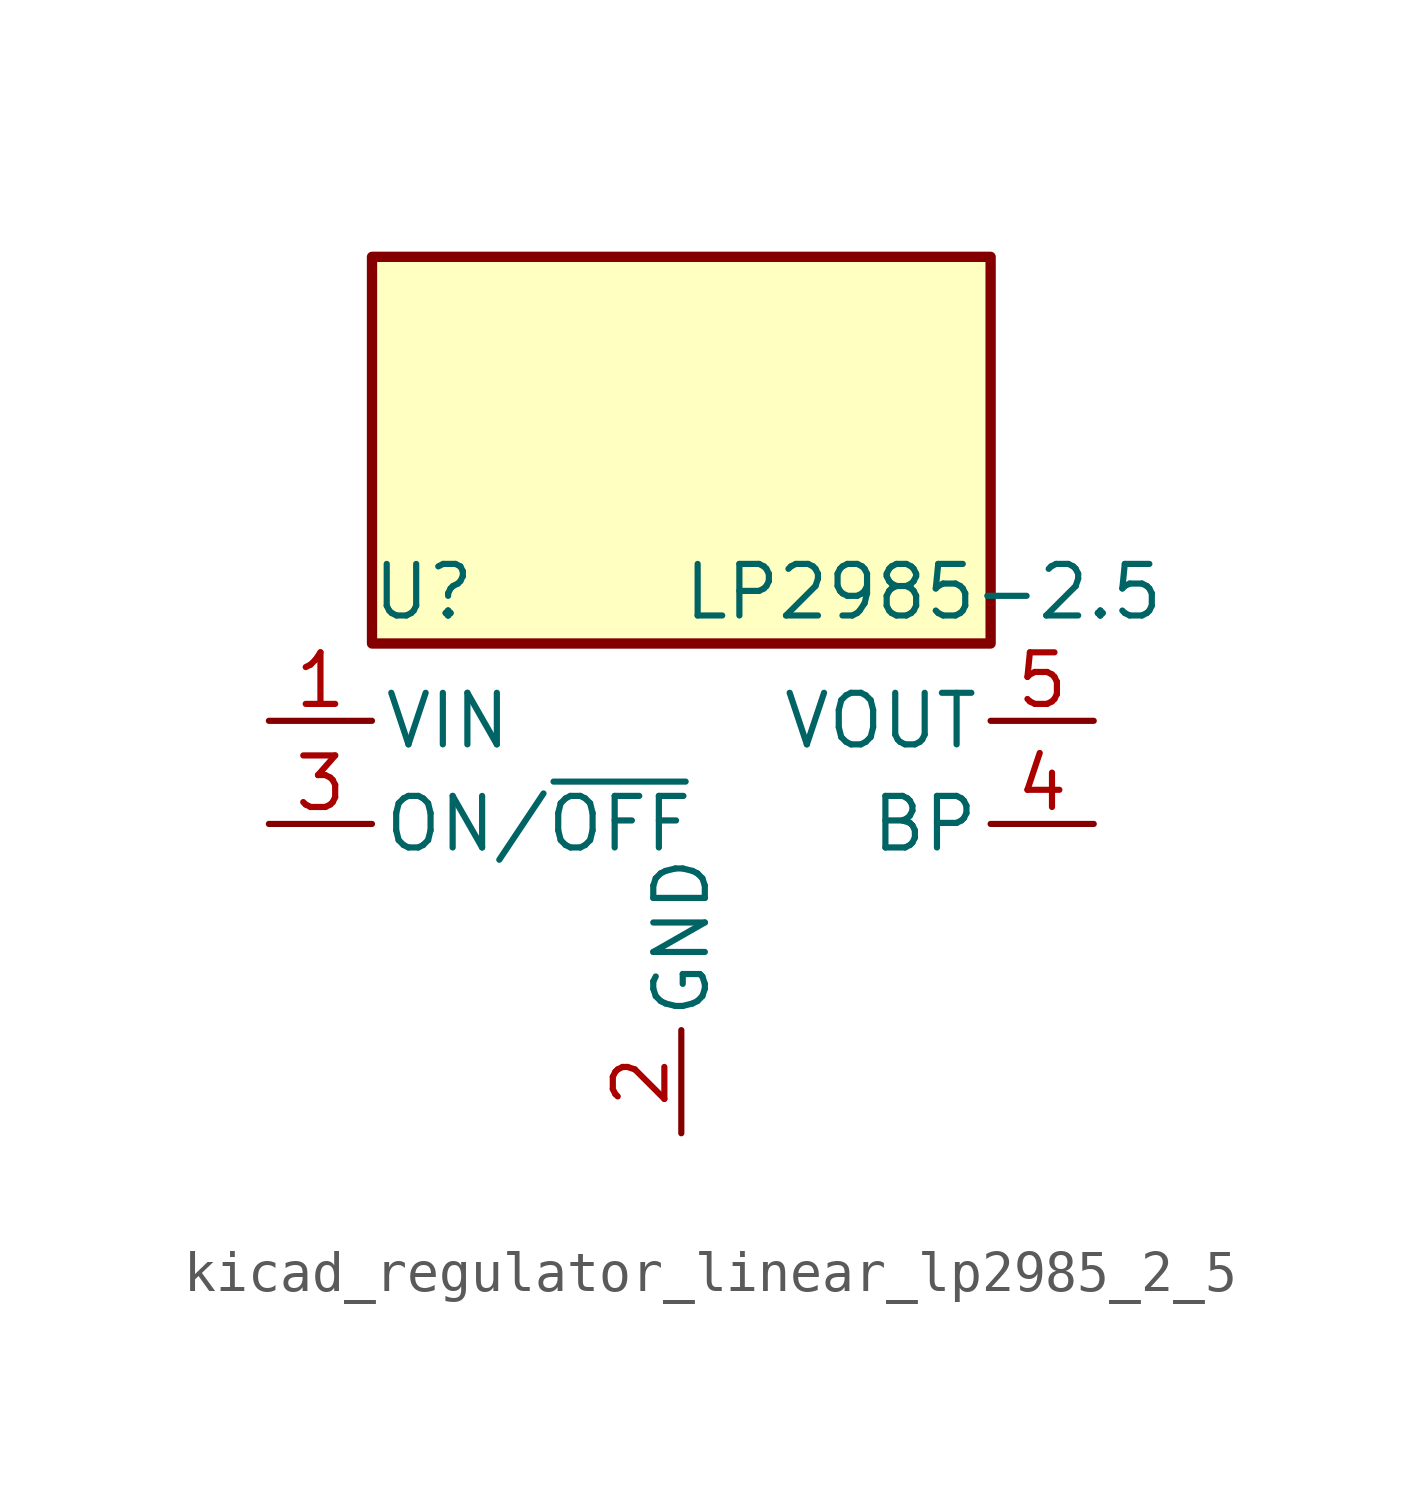
<source format=kicad_sym>
(kicad_symbol_lib
  (version 20220914)
  (generator kicad_symbol_editor)
  (symbol "kicad_regulator_linear_lp2985_2_5"
    (pin_names
      (offset 0.254))
    (property "Reference" "U"
      (at -6.35 5.715 0)
      (effects (font (size 1.27 1.27))))
    (property "Value" "LP2985-2.5"
      (at 0 5.715 0)
      (effects (font (size 1.27 1.27)) (justify left)))
    (symbol "kicad_regulator_linear_lp2985_2_5_0_1"
      (rectangle (start 7.62 13.97) (end -7.62 4.445) (stroke (width 0.254) (type default)) (fill (type background))))
    (symbol "kicad_regulator_linear_lp2985_2_5_1_1"
      (pin power_in line (at -10.16 2.54 0) (length 2.54) (name "VIN" (effects (font (size 1.27 1.27)))) (number "1" (effects (font (size 1.27 1.27)))))
      (pin power_in line (at 0 -7.62 90) (length 2.54) (name "GND" (effects (font (size 1.27 1.27)))) (number "2" (effects (font (size 1.27 1.27)))))
      (pin input line (at -10.16 0 0) (length 2.54) (name "ON/~{OFF}" (effects (font (size 1.27 1.27)))) (number "3" (effects (font (size 1.27 1.27)))))
      (pin input line (at 10.16 0 180) (length 2.54) (name "BP" (effects (font (size 1.27 1.27)))) (number "4" (effects (font (size 1.27 1.27)))))
      (pin power_out line (at 10.16 2.54 180) (length 2.54) (name "VOUT" (effects (font (size 1.27 1.27)))) (number "5" (effects (font (size 1.27 1.27))))))))
</source>
